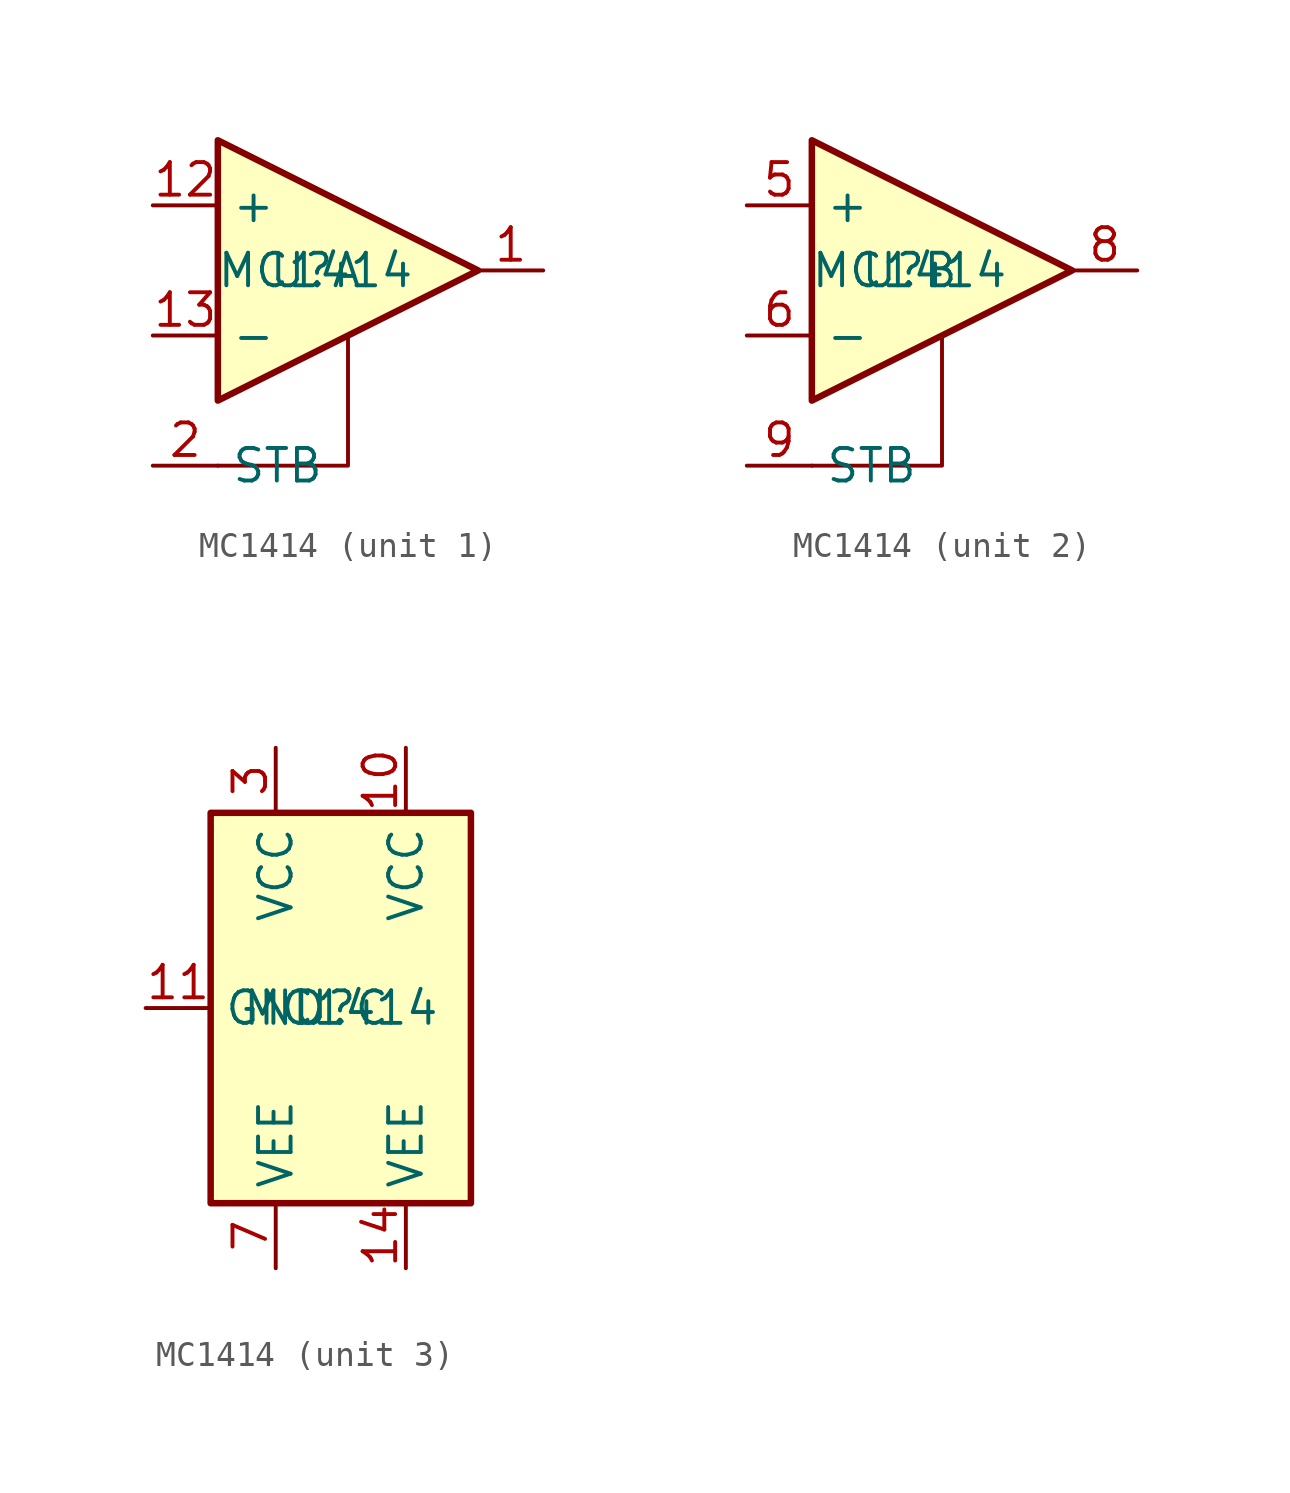
<source format=kicad_sym>
(kicad_symbol_lib
  (version 20231120)
  (generator "kicad_symbol_editor")
  (generator_version "8.0")
  (symbol "MC1414"
    (property "Reference" "U"
      (at 0 0 0)
      (effects (font (size 1.27 1.27))))
    (property "Value" "MC1414"
      (at 0 0 0)
      (effects (font (size 1.27 1.27))))
    (symbol "MC1414_1_1"
      (polyline (pts (xy -3.81 -7.62) (xy 1.27 -7.62) (xy 1.27 -2.54)) (stroke (width 0) (type default)) (fill (type none)))
      (polyline (pts (xy -3.81 5.08) (xy 6.35 0) (xy -3.81 -5.08) (xy -3.81 5.08)) (stroke (width 0.254) (type default)) (fill (type background)))
      (pin output line (at 8.89 0 180) (length 2.54) (name "~" (effects (font (size 1.27 1.27)))) (number "1" (effects (font (size 1.27 1.27)))))
      (pin input line (at -6.35 2.54 0) (length 2.54) (name "+" (effects (font (size 1.27 1.27)))) (number "12" (effects (font (size 1.27 1.27)))))
      (pin input line (at -6.35 -2.54 0) (length 2.54) (name "-" (effects (font (size 1.27 1.27)))) (number "13" (effects (font (size 1.27 1.27)))))
      (pin input line (at -6.35 -7.62 0) (length 2.54) (name "STB" (effects (font (size 1.27 1.27)))) (number "2" (effects (font (size 1.27 1.27))))))
    (symbol "MC1414_2_1"
      (polyline (pts (xy -3.81 -7.62) (xy 1.27 -7.62) (xy 1.27 -2.54)) (stroke (width 0) (type default)) (fill (type none)))
      (polyline (pts (xy -3.81 5.08) (xy 6.35 0) (xy -3.81 -5.08) (xy -3.81 5.08)) (stroke (width 0.254) (type default)) (fill (type background)))
      (pin input line (at -6.35 2.54 0) (length 2.54) (name "+" (effects (font (size 1.27 1.27)))) (number "5" (effects (font (size 1.27 1.27)))))
      (pin input line (at -6.35 -2.54 0) (length 2.54) (name "-" (effects (font (size 1.27 1.27)))) (number "6" (effects (font (size 1.27 1.27)))))
      (pin output line (at 8.89 0 180) (length 2.54) (name "~" (effects (font (size 1.27 1.27)))) (number "8" (effects (font (size 1.27 1.27)))))
      (pin input line (at -6.35 -7.62 0) (length 2.54) (name "STB" (effects (font (size 1.27 1.27)))) (number "9" (effects (font (size 1.27 1.27))))))
    (symbol "MC1414_3_1"
      (rectangle (start -5.08 7.62) (end 5.08 -7.62) (stroke (width 0.254) (type default)) (fill (type background)))
      (pin power_in line (at 2.54 10.16 270) (length 2.54) (name "VCC" (effects (font (size 1.27 1.27)))) (number "10" (effects (font (size 1.27 1.27)))))
      (pin input line (at -7.62 0 0) (length 2.54) (name "GND" (effects (font (size 1.27 1.27)))) (number "11" (effects (font (size 1.27 1.27)))))
      (pin power_in line (at 2.54 -10.16 90) (length 2.54) (name "VEE" (effects (font (size 1.27 1.27)))) (number "14" (effects (font (size 1.27 1.27)))))
      (pin power_in line (at -2.54 10.16 270) (length 2.54) (name "VCC" (effects (font (size 1.27 1.27)))) (number "3" (effects (font (size 1.27 1.27)))))
      (pin power_in line (at -2.54 -10.16 90) (length 2.54) (name "VEE" (effects (font (size 1.27 1.27)))) (number "7" (effects (font (size 1.27 1.27))))))))
</source>
